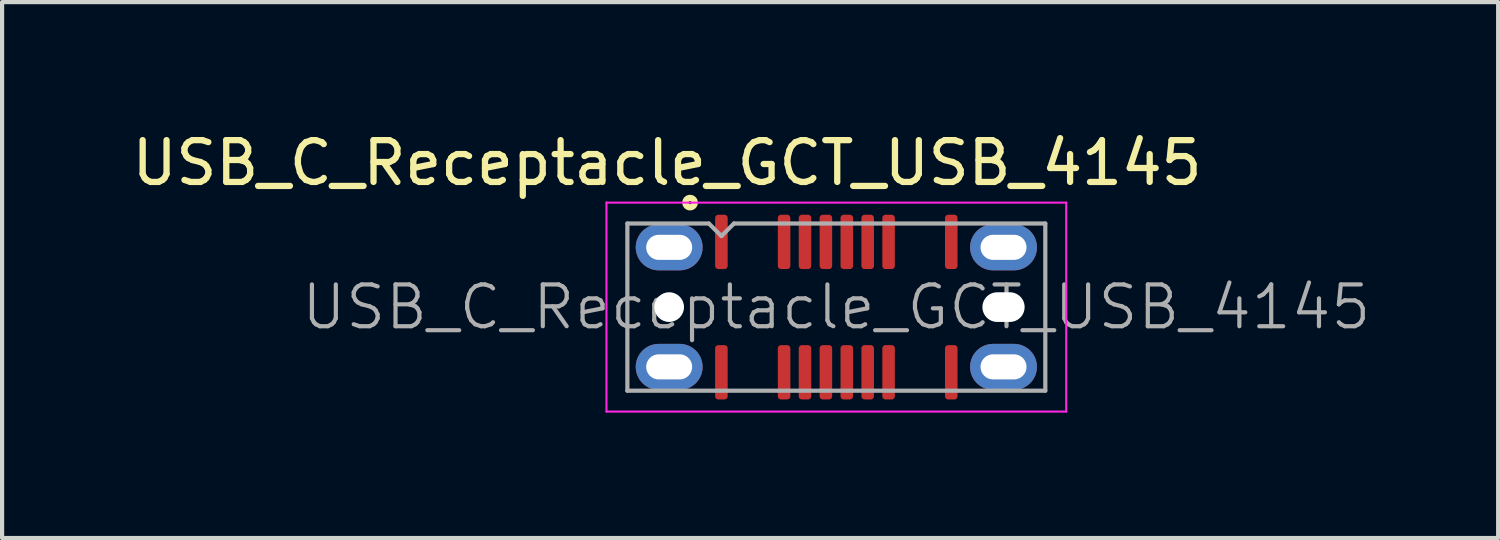
<source format=kicad_pcb>
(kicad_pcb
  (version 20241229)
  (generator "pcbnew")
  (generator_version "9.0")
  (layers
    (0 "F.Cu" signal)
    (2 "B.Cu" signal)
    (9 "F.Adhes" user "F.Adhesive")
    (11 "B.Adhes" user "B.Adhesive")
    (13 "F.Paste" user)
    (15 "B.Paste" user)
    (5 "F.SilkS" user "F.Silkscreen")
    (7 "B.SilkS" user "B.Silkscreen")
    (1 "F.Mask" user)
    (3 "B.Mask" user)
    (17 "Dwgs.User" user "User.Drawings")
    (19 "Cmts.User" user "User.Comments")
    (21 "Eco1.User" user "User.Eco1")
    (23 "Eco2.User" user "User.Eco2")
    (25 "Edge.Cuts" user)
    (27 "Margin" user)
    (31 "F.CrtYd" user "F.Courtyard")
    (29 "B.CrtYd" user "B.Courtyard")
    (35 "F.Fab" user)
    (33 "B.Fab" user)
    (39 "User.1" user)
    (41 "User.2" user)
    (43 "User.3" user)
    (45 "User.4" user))
  (footprint "USB_C_Receptacle_GCT_USB_4145"
    (layer "F.Cu")
    (at 16.961 4.298)
    (property "Reference" "USB_C_Receptacle_GCT_USB_4145" (at -4.05 -3.45 0) (layer "F.SilkS") (effects (font (size 1 1) (thickness 0.15))))
    (attr smd)
    (fp_circle (center -3.5 -2.5) (end -3.388 -2.5) (stroke (width 0.15) (type solid)) (fill no) (layer "F.SilkS"))
    (fp_line (start -5.5 -2.5) (end 5.5 -2.5) (stroke (width 0.05) (type solid)) (layer "F.CrtYd"))
    (fp_line (start -5.5 2.5) (end -5.5 -2.5) (stroke (width 0.05) (type solid)) (layer "F.CrtYd"))
    (fp_line (start 5.5 -2.5) (end 5.5 2.5) (stroke (width 0.05) (type solid)) (layer "F.CrtYd"))
    (fp_line (start 5.5 2.5) (end -5.5 2.5) (stroke (width 0.05) (type solid)) (layer "F.CrtYd"))
    (fp_line (start -5 -2) (end -3.05 -2) (stroke (width 0.1) (type solid)) (layer "F.Fab"))
    (fp_line (start -5 2) (end -5 -2) (stroke (width 0.1) (type solid)) (layer "F.Fab"))
    (fp_line (start -5 2) (end 5 2) (stroke (width 0.1) (type solid)) (layer "F.Fab"))
    (fp_line (start -3.05 -2) (end -2.75 -1.7) (stroke (width 0.1) (type solid)) (layer "F.Fab"))
    (fp_line (start -2.75 -1.7) (end -2.45 -2) (stroke (width 0.1) (type solid)) (layer "F.Fab"))
    (fp_line (start 5 -2) (end -2.45 -2) (stroke (width 0.1) (type solid)) (layer "F.Fab"))
    (fp_line (start 5 2) (end 5 -2) (stroke (width 0.1) (type solid)) (layer "F.Fab"))
    (fp_text user "${REFERENCE}" (at 0 0 0) (layer "F.Fab") (effects (font (size 1 1) (thickness 0.1))))
    (pad "" np_thru_hole circle (at -4 0) (size 0.71 0.71) (drill 0.71) (layers "*.Cu" "*.Mask"))
    (pad "" np_thru_hole oval (at 4 0) (size 1.01 0.71) (drill oval 1.01 0.71) (layers "*.Cu" "*.Mask"))
    (pad "A1" smd roundrect (at -2.75 -1.56) (size 0.3 1.3) (layers "F.Cu" "F.Mask" "F.Paste") (roundrect_rratio 0.25))
    (pad "A4" smd roundrect (at -1.25 -1.56) (size 0.3 1.3) (layers "F.Cu" "F.Mask" "F.Paste") (roundrect_rratio 0.25))
    (pad "A5" smd roundrect (at -0.75 -1.56) (size 0.3 1.3) (layers "F.Cu" "F.Mask" "F.Paste") (roundrect_rratio 0.25))
    (pad "A6" smd roundrect (at -0.25 -1.56) (size 0.3 1.3) (layers "F.Cu" "F.Mask" "F.Paste") (roundrect_rratio 0.25))
    (pad "A7" smd roundrect (at 0.25 -1.56) (size 0.3 1.3) (layers "F.Cu" "F.Mask" "F.Paste") (roundrect_rratio 0.25))
    (pad "A8" smd roundrect (at 0.75 -1.56) (size 0.3 1.3) (layers "F.Cu" "F.Mask" "F.Paste") (roundrect_rratio 0.25))
    (pad "A9" smd roundrect (at 1.25 -1.56) (size 0.3 1.3) (layers "F.Cu" "F.Mask" "F.Paste") (roundrect_rratio 0.25))
    (pad "A12" smd roundrect (at 2.75 -1.56) (size 0.3 1.3) (layers "F.Cu" "F.Mask" "F.Paste") (roundrect_rratio 0.25))
    (pad "B1" smd roundrect (at 2.75 1.56) (size 0.3 1.3) (layers "F.Cu" "F.Mask" "F.Paste") (roundrect_rratio 0.25))
    (pad "B4" smd roundrect (at 1.25 1.56) (size 0.3 1.3) (layers "F.Cu" "F.Mask" "F.Paste") (roundrect_rratio 0.25))
    (pad "B5" smd roundrect (at 0.75 1.56) (size 0.3 1.3) (layers "F.Cu" "F.Mask" "F.Paste") (roundrect_rratio 0.25))
    (pad "B6" smd roundrect (at 0.25 1.56) (size 0.3 1.3) (layers "F.Cu" "F.Mask" "F.Paste") (roundrect_rratio 0.25))
    (pad "B7" smd roundrect (at -0.25 1.56) (size 0.3 1.3) (layers "F.Cu" "F.Mask" "F.Paste") (roundrect_rratio 0.25))
    (pad "B8" smd roundrect (at -0.75 1.56) (size 0.3 1.3) (layers "F.Cu" "F.Mask" "F.Paste") (roundrect_rratio 0.25))
    (pad "B9" smd roundrect (at -1.25 1.56) (size 0.3 1.3) (layers "F.Cu" "F.Mask" "F.Paste") (roundrect_rratio 0.25))
    (pad "B12" smd roundrect (at -2.75 1.56) (size 0.3 1.3) (layers "F.Cu" "F.Mask" "F.Paste") (roundrect_rratio 0.25))
    (pad "S1" thru_hole oval (at -4 -1.43 180) (size 1.6 1.1) (drill oval 1.1 0.6) (layers "*.Cu" "*.Mask"))
    (pad "S1" thru_hole oval (at -4 1.43 180) (size 1.6 1.1) (drill oval 1.1 0.6) (layers "*.Cu" "*.Mask"))
    (pad "S1" thru_hole oval (at 4 -1.43 180) (size 1.6 1.1) (drill oval 1.1 0.6) (layers "*.Cu" "*.Mask"))
    (pad "S1" thru_hole oval (at 4 1.43 180) (size 1.6 1.1) (drill oval 1.1 0.6) (layers "*.Cu" "*.Mask")))
  (gr_rect
    (start -3 -3)
    (end 32.796 9.823)
    (stroke (width 0.1) (type default))
    (fill no)
    (layer "Edge.Cuts")))
</source>
